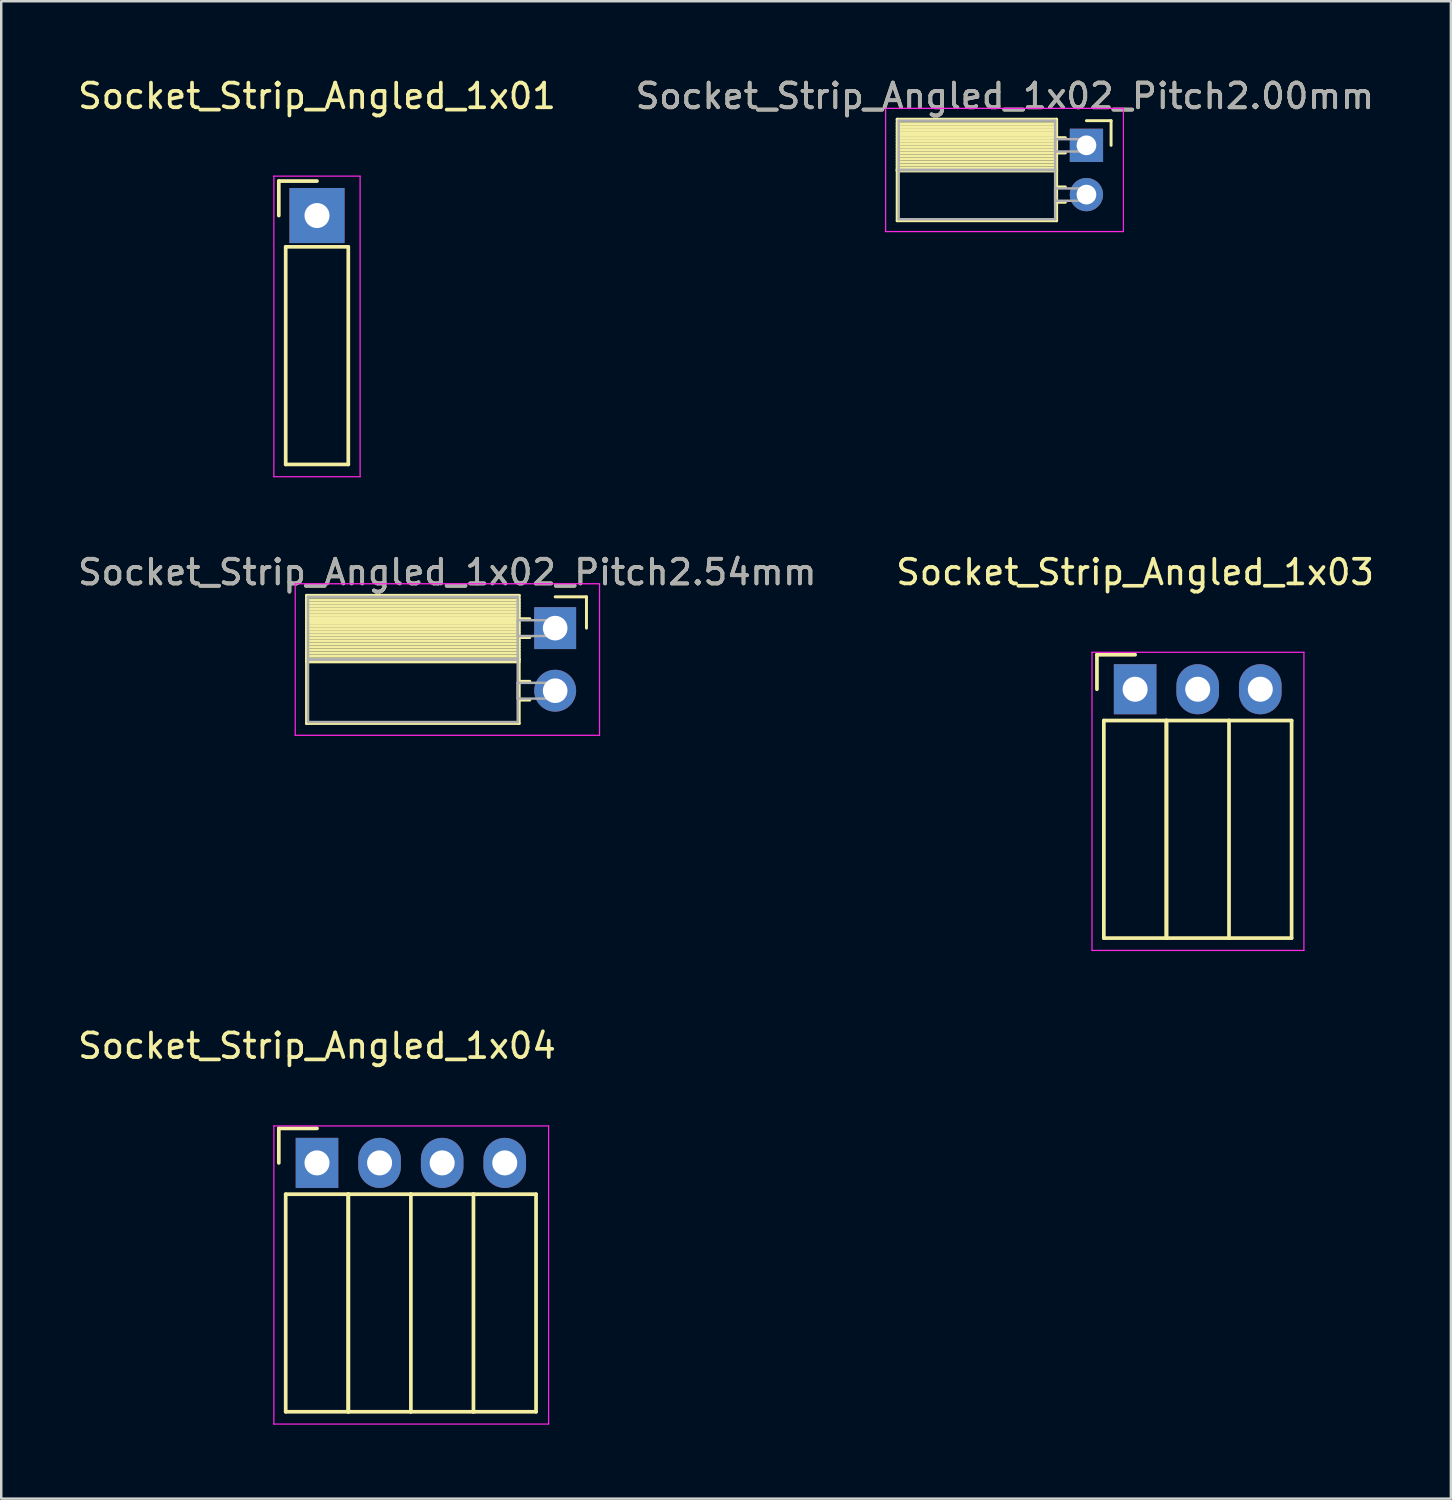
<source format=kicad_pcb>
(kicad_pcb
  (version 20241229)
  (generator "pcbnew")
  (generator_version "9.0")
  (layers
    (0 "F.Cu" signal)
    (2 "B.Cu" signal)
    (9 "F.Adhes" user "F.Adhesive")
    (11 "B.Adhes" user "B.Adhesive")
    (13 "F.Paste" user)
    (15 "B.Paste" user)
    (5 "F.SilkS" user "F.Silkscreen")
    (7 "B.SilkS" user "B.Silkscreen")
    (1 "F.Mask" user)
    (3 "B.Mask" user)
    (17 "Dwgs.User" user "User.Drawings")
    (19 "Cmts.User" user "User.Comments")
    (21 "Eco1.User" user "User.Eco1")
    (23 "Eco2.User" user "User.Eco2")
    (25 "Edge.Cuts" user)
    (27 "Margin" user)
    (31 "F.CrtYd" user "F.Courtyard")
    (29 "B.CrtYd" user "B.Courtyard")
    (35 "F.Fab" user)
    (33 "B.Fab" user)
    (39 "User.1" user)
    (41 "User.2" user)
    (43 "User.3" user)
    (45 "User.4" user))
  (footprint "Socket_Strip_Angled_1x04"
    (layer "F.Cu")
    (at 9.815 44.145)
    (property "Reference" "Socket_Strip_Angled_1x04" (at 0 -4.75 0) (layer "F.SilkS") (effects (font (size 1 1) (thickness 0.15))))
    (attr through_hole)
    (fp_line (start -1.55 -1.4) (end -1.55 0) (stroke (width 0.15) (type solid)) (layer "F.SilkS"))
    (fp_line (start -1.27 1.27) (end -1.27 10.1) (stroke (width 0.15) (type solid)) (layer "F.SilkS"))
    (fp_line (start -1.27 1.27) (end 1.27 1.27) (stroke (width 0.15) (type solid)) (layer "F.SilkS"))
    (fp_line (start -1.27 10.1) (end 1.27 10.1) (stroke (width 0.15) (type solid)) (layer "F.SilkS"))
    (fp_line (start 0 -1.4) (end -1.55 -1.4) (stroke (width 0.15) (type solid)) (layer "F.SilkS"))
    (fp_line (start 1.27 1.27) (end 1.27 10.1) (stroke (width 0.15) (type solid)) (layer "F.SilkS"))
    (fp_line (start 1.27 1.27) (end 3.81 1.27) (stroke (width 0.15) (type solid)) (layer "F.SilkS"))
    (fp_line (start 1.27 10.1) (end 1.27 1.27) (stroke (width 0.15) (type solid)) (layer "F.SilkS"))
    (fp_line (start 1.27 10.1) (end 3.81 10.1) (stroke (width 0.15) (type solid)) (layer "F.SilkS"))
    (fp_line (start 3.81 1.27) (end 6.35 1.27) (stroke (width 0.15) (type solid)) (layer "F.SilkS"))
    (fp_line (start 3.81 10.1) (end 3.81 1.27) (stroke (width 0.15) (type solid)) (layer "F.SilkS"))
    (fp_line (start 3.81 10.1) (end 6.35 10.1) (stroke (width 0.15) (type solid)) (layer "F.SilkS"))
    (fp_line (start 6.35 1.27) (end 8.89 1.27) (stroke (width 0.15) (type solid)) (layer "F.SilkS"))
    (fp_line (start 6.35 10.1) (end 6.35 1.27) (stroke (width 0.15) (type solid)) (layer "F.SilkS"))
    (fp_line (start 6.35 10.1) (end 8.89 10.1) (stroke (width 0.15) (type solid)) (layer "F.SilkS"))
    (fp_line (start 8.89 10.1) (end 8.89 1.27) (stroke (width 0.15) (type solid)) (layer "F.SilkS"))
    (fp_line (start -1.75 -1.5) (end -1.75 10.6) (stroke (width 0.05) (type solid)) (layer "F.CrtYd"))
    (fp_line (start -1.75 -1.5) (end 9.4 -1.5) (stroke (width 0.05) (type solid)) (layer "F.CrtYd"))
    (fp_line (start -1.75 10.6) (end 9.4 10.6) (stroke (width 0.05) (type solid)) (layer "F.CrtYd"))
    (fp_line (start 9.4 -1.5) (end 9.4 10.6) (stroke (width 0.05) (type solid)) (layer "F.CrtYd"))
    (pad "1" thru_hole rect (at 0 0) (size 1.727 2.032) (drill 1.016) (layers "*.Cu" "*.Mask"))
    (pad "2" thru_hole oval (at 2.54 0) (size 1.727 2.032) (drill 1.016) (layers "*.Cu" "*.Mask"))
    (pad "3" thru_hole oval (at 5.08 0) (size 1.727 2.032) (drill 1.016) (layers "*.Cu" "*.Mask"))
    (pad "4" thru_hole oval (at 7.62 0) (size 1.727 2.032) (drill 1.016) (layers "*.Cu" "*.Mask")))
  (footprint "Socket_Strip_Angled_1x02_Pitch2.00mm"
    (layer "F.Cu")
    (at 41.042 2.848)
    (property "Reference" "Socket_Strip_Angled_1x02_Pitch2.00mm" (at -3.31 -2 0) (layer "F.SilkS") (effects (font (size 1 1) (thickness 0.15))))
    (attr through_hole)
    (fp_line (start -7.68 -1.06) (end -1.21 -1.06) (stroke (width 0.12) (type solid)) (layer "F.SilkS"))
    (fp_line (start -7.68 1) (end -7.68 -1.06) (stroke (width 0.12) (type solid)) (layer "F.SilkS"))
    (fp_line (start -7.68 1) (end -1.21 1) (stroke (width 0.12) (type solid)) (layer "F.SilkS"))
    (fp_line (start -7.68 3.06) (end -7.68 1) (stroke (width 0.12) (type solid)) (layer "F.SilkS"))
    (fp_line (start -1.21 -1.06) (end -1.21 1) (stroke (width 0.12) (type solid)) (layer "F.SilkS"))
    (fp_line (start -1.21 -0.88) (end -7.68 -0.88) (stroke (width 0.12) (type solid)) (layer "F.SilkS"))
    (fp_line (start -1.21 -0.76) (end -7.68 -0.76) (stroke (width 0.12) (type solid)) (layer "F.SilkS"))
    (fp_line (start -1.21 -0.64) (end -7.68 -0.64) (stroke (width 0.12) (type solid)) (layer "F.SilkS"))
    (fp_line (start -1.21 -0.52) (end -7.68 -0.52) (stroke (width 0.12) (type solid)) (layer "F.SilkS"))
    (fp_line (start -1.21 -0.4) (end -7.68 -0.4) (stroke (width 0.12) (type solid)) (layer "F.SilkS"))
    (fp_line (start -1.21 -0.28) (end -7.68 -0.28) (stroke (width 0.12) (type solid)) (layer "F.SilkS"))
    (fp_line (start -1.21 -0.16) (end -7.68 -0.16) (stroke (width 0.12) (type solid)) (layer "F.SilkS"))
    (fp_line (start -1.21 -0.04) (end -7.68 -0.04) (stroke (width 0.12) (type solid)) (layer "F.SilkS"))
    (fp_line (start -1.21 0.08) (end -7.68 0.08) (stroke (width 0.12) (type solid)) (layer "F.SilkS"))
    (fp_line (start -1.21 0.2) (end -7.68 0.2) (stroke (width 0.12) (type solid)) (layer "F.SilkS"))
    (fp_line (start -1.21 0.32) (end -7.68 0.32) (stroke (width 0.12) (type solid)) (layer "F.SilkS"))
    (fp_line (start -1.21 0.44) (end -7.68 0.44) (stroke (width 0.12) (type solid)) (layer "F.SilkS"))
    (fp_line (start -1.21 0.56) (end -7.68 0.56) (stroke (width 0.12) (type solid)) (layer "F.SilkS"))
    (fp_line (start -1.21 0.68) (end -7.68 0.68) (stroke (width 0.12) (type solid)) (layer "F.SilkS"))
    (fp_line (start -1.21 0.8) (end -7.68 0.8) (stroke (width 0.12) (type solid)) (layer "F.SilkS"))
    (fp_line (start -1.21 0.92) (end -7.68 0.92) (stroke (width 0.12) (type solid)) (layer "F.SilkS"))
    (fp_line (start -1.21 1) (end -7.68 1) (stroke (width 0.12) (type solid)) (layer "F.SilkS"))
    (fp_line (start -1.21 1) (end -1.21 3.06) (stroke (width 0.12) (type solid)) (layer "F.SilkS"))
    (fp_line (start -1.21 1.04) (end -7.68 1.04) (stroke (width 0.12) (type solid)) (layer "F.SilkS"))
    (fp_line (start -1.21 3.06) (end -7.68 3.06) (stroke (width 0.12) (type solid)) (layer "F.SilkS"))
    (fp_line (start -0.855 -0.31) (end -1.21 -0.31) (stroke (width 0.12) (type solid)) (layer "F.SilkS"))
    (fp_line (start -0.855 0.31) (end -1.21 0.31) (stroke (width 0.12) (type solid)) (layer "F.SilkS"))
    (fp_line (start -0.855 1.69) (end -1.21 1.69) (stroke (width 0.12) (type solid)) (layer "F.SilkS"))
    (fp_line (start -0.855 2.31) (end -1.21 2.31) (stroke (width 0.12) (type solid)) (layer "F.SilkS"))
    (fp_line (start 0 -1) (end 1 -1) (stroke (width 0.12) (type solid)) (layer "F.SilkS"))
    (fp_line (start 1 -1) (end 1 0) (stroke (width 0.12) (type solid)) (layer "F.SilkS"))
    (fp_line (start -8.15 -1.5) (end 1.5 -1.5) (stroke (width 0.05) (type solid)) (layer "F.CrtYd"))
    (fp_line (start -8.15 3.5) (end -8.15 -1.5) (stroke (width 0.05) (type solid)) (layer "F.CrtYd"))
    (fp_line (start 1.5 -1.5) (end 1.5 3.5) (stroke (width 0.05) (type solid)) (layer "F.CrtYd"))
    (fp_line (start 1.5 3.5) (end -8.15 3.5) (stroke (width 0.05) (type solid)) (layer "F.CrtYd"))
    (fp_line (start -7.62 -1) (end -1.27 -1) (stroke (width 0.1) (type solid)) (layer "F.Fab"))
    (fp_line (start -7.62 1) (end -7.62 -1) (stroke (width 0.1) (type solid)) (layer "F.Fab"))
    (fp_line (start -7.62 1) (end -1.27 1) (stroke (width 0.1) (type solid)) (layer "F.Fab"))
    (fp_line (start -7.62 3) (end -7.62 1) (stroke (width 0.1) (type solid)) (layer "F.Fab"))
    (fp_line (start -1.27 -1) (end -1.27 1) (stroke (width 0.1) (type solid)) (layer "F.Fab"))
    (fp_line (start -1.27 -0.25) (end 0 -0.25) (stroke (width 0.1) (type solid)) (layer "F.Fab"))
    (fp_line (start -1.27 0.25) (end -1.27 -0.25) (stroke (width 0.1) (type solid)) (layer "F.Fab"))
    (fp_line (start -1.27 1) (end -7.62 1) (stroke (width 0.1) (type solid)) (layer "F.Fab"))
    (fp_line (start -1.27 1) (end -1.27 3) (stroke (width 0.1) (type solid)) (layer "F.Fab"))
    (fp_line (start -1.27 1.75) (end 0 1.75) (stroke (width 0.1) (type solid)) (layer "F.Fab"))
    (fp_line (start -1.27 2.25) (end -1.27 1.75) (stroke (width 0.1) (type solid)) (layer "F.Fab"))
    (fp_line (start -1.27 3) (end -7.62 3) (stroke (width 0.1) (type solid)) (layer "F.Fab"))
    (fp_line (start 0 -0.25) (end 0 0.25) (stroke (width 0.1) (type solid)) (layer "F.Fab"))
    (fp_line (start 0 0.25) (end -1.27 0.25) (stroke (width 0.1) (type solid)) (layer "F.Fab"))
    (fp_line (start 0 1.75) (end 0 2.25) (stroke (width 0.1) (type solid)) (layer "F.Fab"))
    (fp_line (start 0 2.25) (end -1.27 2.25) (stroke (width 0.1) (type solid)) (layer "F.Fab"))
    (fp_text user "${REFERENCE}" (at -3.31 -2 0) (layer "F.Fab") (effects (font (size 1 1) (thickness 0.15))))
    (pad "1" thru_hole rect (at 0 0) (size 1.35 1.35) (drill 0.8) (layers "*.Cu" "*.Mask"))
    (pad "2" thru_hole oval (at 0 2) (size 1.35 1.35) (drill 0.8) (layers "*.Cu" "*.Mask")))
  (footprint "Socket_Strip_Angled_1x01"
    (layer "F.Cu")
    (at 9.815 5.698)
    (property "Reference" "Socket_Strip_Angled_1x01" (at 0 -4.85 0) (layer "F.SilkS") (effects (font (size 1 1) (thickness 0.15))))
    (attr through_hole)
    (fp_line (start -1.55 -1.4) (end -1.55 0) (stroke (width 0.15) (type solid)) (layer "F.SilkS"))
    (fp_line (start -1.27 10.1) (end -1.27 1.27) (stroke (width 0.15) (type solid)) (layer "F.SilkS"))
    (fp_line (start 0 -1.4) (end -1.55 -1.4) (stroke (width 0.15) (type solid)) (layer "F.SilkS"))
    (fp_line (start 1.27 1.27) (end -1.27 1.27) (stroke (width 0.15) (type solid)) (layer "F.SilkS"))
    (fp_line (start 1.27 1.27) (end 1.27 10.1) (stroke (width 0.15) (type solid)) (layer "F.SilkS"))
    (fp_line (start 1.27 10.1) (end -1.27 10.1) (stroke (width 0.15) (type solid)) (layer "F.SilkS"))
    (fp_line (start -1.75 -1.6) (end -1.75 10.6) (stroke (width 0.05) (type solid)) (layer "F.CrtYd"))
    (fp_line (start -1.75 -1.6) (end 1.75 -1.6) (stroke (width 0.05) (type solid)) (layer "F.CrtYd"))
    (fp_line (start -1.75 10.6) (end 1.75 10.6) (stroke (width 0.05) (type solid)) (layer "F.CrtYd"))
    (fp_line (start 1.75 -1.6) (end 1.75 10.6) (stroke (width 0.05) (type solid)) (layer "F.CrtYd"))
    (pad "1" thru_hole rect (at 0 0) (size 2.235 2.235) (drill 1.016) (layers "*.Cu" "*.Mask")))
  (footprint "Socket_Strip_Angled_1x03"
    (layer "F.Cu")
    (at 43.018 24.922)
    (property "Reference" "Socket_Strip_Angled_1x03" (at 0 -4.75 0) (layer "F.SilkS") (effects (font (size 1 1) (thickness 0.15))))
    (attr through_hole)
    (fp_line (start -1.55 -1.4) (end -1.55 0) (stroke (width 0.15) (type solid)) (layer "F.SilkS"))
    (fp_line (start -1.27 1.27) (end -1.27 10.1) (stroke (width 0.15) (type solid)) (layer "F.SilkS"))
    (fp_line (start -1.27 1.27) (end 1.27 1.27) (stroke (width 0.15) (type solid)) (layer "F.SilkS"))
    (fp_line (start -1.27 10.1) (end 1.27 10.1) (stroke (width 0.15) (type solid)) (layer "F.SilkS"))
    (fp_line (start 0 -1.4) (end -1.55 -1.4) (stroke (width 0.15) (type solid)) (layer "F.SilkS"))
    (fp_line (start 1.27 1.27) (end 1.27 10.1) (stroke (width 0.15) (type solid)) (layer "F.SilkS"))
    (fp_line (start 1.27 1.27) (end 3.81 1.27) (stroke (width 0.15) (type solid)) (layer "F.SilkS"))
    (fp_line (start 1.27 10.1) (end 1.27 1.27) (stroke (width 0.15) (type solid)) (layer "F.SilkS"))
    (fp_line (start 1.27 10.1) (end 3.81 10.1) (stroke (width 0.15) (type solid)) (layer "F.SilkS"))
    (fp_line (start 3.81 1.27) (end 6.35 1.27) (stroke (width 0.15) (type solid)) (layer "F.SilkS"))
    (fp_line (start 3.81 10.1) (end 3.81 1.27) (stroke (width 0.15) (type solid)) (layer "F.SilkS"))
    (fp_line (start 3.81 10.1) (end 6.35 10.1) (stroke (width 0.15) (type solid)) (layer "F.SilkS"))
    (fp_line (start 6.35 10.1) (end 6.35 1.27) (stroke (width 0.15) (type solid)) (layer "F.SilkS"))
    (fp_line (start -1.75 -1.5) (end -1.75 10.6) (stroke (width 0.05) (type solid)) (layer "F.CrtYd"))
    (fp_line (start -1.75 -1.5) (end 6.85 -1.5) (stroke (width 0.05) (type solid)) (layer "F.CrtYd"))
    (fp_line (start -1.75 10.6) (end 6.85 10.6) (stroke (width 0.05) (type solid)) (layer "F.CrtYd"))
    (fp_line (start 6.85 -1.5) (end 6.85 10.6) (stroke (width 0.05) (type solid)) (layer "F.CrtYd"))
    (pad "1" thru_hole rect (at 0 0) (size 1.727 2.032) (drill 1.016) (layers "*.Cu" "*.Mask"))
    (pad "2" thru_hole oval (at 2.54 0) (size 1.727 2.032) (drill 1.016) (layers "*.Cu" "*.Mask"))
    (pad "3" thru_hole oval (at 5.08 0) (size 1.727 2.032) (drill 1.016) (layers "*.Cu" "*.Mask")))
  (footprint "Socket_Strip_Angled_1x02_Pitch2.54mm"
    (layer "F.Cu")
    (at 19.481 22.442)
    (property "Reference" "Socket_Strip_Angled_1x02_Pitch2.54mm" (at -4.38 -2.27 0) (layer "F.SilkS") (effects (font (size 1 1) (thickness 0.15))))
    (attr through_hole)
    (fp_line (start -10.09 -1.33) (end -1.46 -1.33) (stroke (width 0.12) (type solid)) (layer "F.SilkS"))
    (fp_line (start -10.09 1.27) (end -10.09 -1.33) (stroke (width 0.12) (type solid)) (layer "F.SilkS"))
    (fp_line (start -10.09 1.27) (end -1.46 1.27) (stroke (width 0.12) (type solid)) (layer "F.SilkS"))
    (fp_line (start -10.09 3.87) (end -10.09 1.27) (stroke (width 0.12) (type solid)) (layer "F.SilkS"))
    (fp_line (start -1.46 -1.33) (end -1.46 1.27) (stroke (width 0.12) (type solid)) (layer "F.SilkS"))
    (fp_line (start -1.46 -1.15) (end -10.09 -1.15) (stroke (width 0.12) (type solid)) (layer "F.SilkS"))
    (fp_line (start -1.46 -1.03) (end -10.09 -1.03) (stroke (width 0.12) (type solid)) (layer "F.SilkS"))
    (fp_line (start -1.46 -0.91) (end -10.09 -0.91) (stroke (width 0.12) (type solid)) (layer "F.SilkS"))
    (fp_line (start -1.46 -0.79) (end -10.09 -0.79) (stroke (width 0.12) (type solid)) (layer "F.SilkS"))
    (fp_line (start -1.46 -0.67) (end -10.09 -0.67) (stroke (width 0.12) (type solid)) (layer "F.SilkS"))
    (fp_line (start -1.46 -0.55) (end -10.09 -0.55) (stroke (width 0.12) (type solid)) (layer "F.SilkS"))
    (fp_line (start -1.46 -0.43) (end -10.09 -0.43) (stroke (width 0.12) (type solid)) (layer "F.SilkS"))
    (fp_line (start -1.46 -0.31) (end -10.09 -0.31) (stroke (width 0.12) (type solid)) (layer "F.SilkS"))
    (fp_line (start -1.46 -0.19) (end -10.09 -0.19) (stroke (width 0.12) (type solid)) (layer "F.SilkS"))
    (fp_line (start -1.46 -0.07) (end -10.09 -0.07) (stroke (width 0.12) (type solid)) (layer "F.SilkS"))
    (fp_line (start -1.46 0.05) (end -10.09 0.05) (stroke (width 0.12) (type solid)) (layer "F.SilkS"))
    (fp_line (start -1.46 0.17) (end -10.09 0.17) (stroke (width 0.12) (type solid)) (layer "F.SilkS"))
    (fp_line (start -1.46 0.29) (end -10.09 0.29) (stroke (width 0.12) (type solid)) (layer "F.SilkS"))
    (fp_line (start -1.46 0.41) (end -10.09 0.41) (stroke (width 0.12) (type solid)) (layer "F.SilkS"))
    (fp_line (start -1.46 0.53) (end -10.09 0.53) (stroke (width 0.12) (type solid)) (layer "F.SilkS"))
    (fp_line (start -1.46 0.65) (end -10.09 0.65) (stroke (width 0.12) (type solid)) (layer "F.SilkS"))
    (fp_line (start -1.46 0.77) (end -10.09 0.77) (stroke (width 0.12) (type solid)) (layer "F.SilkS"))
    (fp_line (start -1.46 0.89) (end -10.09 0.89) (stroke (width 0.12) (type solid)) (layer "F.SilkS"))
    (fp_line (start -1.46 1.01) (end -10.09 1.01) (stroke (width 0.12) (type solid)) (layer "F.SilkS"))
    (fp_line (start -1.46 1.13) (end -10.09 1.13) (stroke (width 0.12) (type solid)) (layer "F.SilkS"))
    (fp_line (start -1.46 1.25) (end -10.09 1.25) (stroke (width 0.12) (type solid)) (layer "F.SilkS"))
    (fp_line (start -1.46 1.27) (end -10.09 1.27) (stroke (width 0.12) (type solid)) (layer "F.SilkS"))
    (fp_line (start -1.46 1.27) (end -1.46 3.87) (stroke (width 0.12) (type solid)) (layer "F.SilkS"))
    (fp_line (start -1.46 1.37) (end -10.09 1.37) (stroke (width 0.12) (type solid)) (layer "F.SilkS"))
    (fp_line (start -1.46 3.87) (end -10.09 3.87) (stroke (width 0.12) (type solid)) (layer "F.SilkS"))
    (fp_line (start -1.03 -0.38) (end -1.46 -0.38) (stroke (width 0.12) (type solid)) (layer "F.SilkS"))
    (fp_line (start -1.03 0.38) (end -1.46 0.38) (stroke (width 0.12) (type solid)) (layer "F.SilkS"))
    (fp_line (start -1.03 2.16) (end -1.46 2.16) (stroke (width 0.12) (type solid)) (layer "F.SilkS"))
    (fp_line (start -1.03 2.92) (end -1.46 2.92) (stroke (width 0.12) (type solid)) (layer "F.SilkS"))
    (fp_line (start 0 -1.27) (end 1.27 -1.27) (stroke (width 0.12) (type solid)) (layer "F.SilkS"))
    (fp_line (start 1.27 -1.27) (end 1.27 0) (stroke (width 0.12) (type solid)) (layer "F.SilkS"))
    (fp_line (start -10.55 -1.8) (end 1.8 -1.8) (stroke (width 0.05) (type solid)) (layer "F.CrtYd"))
    (fp_line (start -10.55 4.35) (end -10.55 -1.8) (stroke (width 0.05) (type solid)) (layer "F.CrtYd"))
    (fp_line (start 1.8 -1.8) (end 1.8 4.35) (stroke (width 0.05) (type solid)) (layer "F.CrtYd"))
    (fp_line (start 1.8 4.35) (end -10.55 4.35) (stroke (width 0.05) (type solid)) (layer "F.CrtYd"))
    (fp_line (start -10.03 -1.27) (end -1.52 -1.27) (stroke (width 0.1) (type solid)) (layer "F.Fab"))
    (fp_line (start -10.03 1.27) (end -10.03 -1.27) (stroke (width 0.1) (type solid)) (layer "F.Fab"))
    (fp_line (start -10.03 1.27) (end -1.52 1.27) (stroke (width 0.1) (type solid)) (layer "F.Fab"))
    (fp_line (start -10.03 3.81) (end -10.03 1.27) (stroke (width 0.1) (type solid)) (layer "F.Fab"))
    (fp_line (start -1.52 -1.27) (end -1.52 1.27) (stroke (width 0.1) (type solid)) (layer "F.Fab"))
    (fp_line (start -1.52 -0.32) (end 0 -0.32) (stroke (width 0.1) (type solid)) (layer "F.Fab"))
    (fp_line (start -1.52 0.32) (end -1.52 -0.32) (stroke (width 0.1) (type solid)) (layer "F.Fab"))
    (fp_line (start -1.52 1.27) (end -10.03 1.27) (stroke (width 0.1) (type solid)) (layer "F.Fab"))
    (fp_line (start -1.52 1.27) (end -1.52 3.81) (stroke (width 0.1) (type solid)) (layer "F.Fab"))
    (fp_line (start -1.52 2.22) (end 0 2.22) (stroke (width 0.1) (type solid)) (layer "F.Fab"))
    (fp_line (start -1.52 2.86) (end -1.52 2.22) (stroke (width 0.1) (type solid)) (layer "F.Fab"))
    (fp_line (start -1.52 3.81) (end -10.03 3.81) (stroke (width 0.1) (type solid)) (layer "F.Fab"))
    (fp_line (start 0 -0.32) (end 0 0.32) (stroke (width 0.1) (type solid)) (layer "F.Fab"))
    (fp_line (start 0 0.32) (end -1.52 0.32) (stroke (width 0.1) (type solid)) (layer "F.Fab"))
    (fp_line (start 0 2.22) (end 0 2.86) (stroke (width 0.1) (type solid)) (layer "F.Fab"))
    (fp_line (start 0 2.86) (end -1.52 2.86) (stroke (width 0.1) (type solid)) (layer "F.Fab"))
    (fp_text user "${REFERENCE}" (at -4.38 -2.27 0) (layer "F.Fab") (effects (font (size 1 1) (thickness 0.15))))
    (pad "1" thru_hole rect (at 0 0) (size 1.7 1.7) (drill 1) (layers "*.Cu" "*.Mask"))
    (pad "2" thru_hole oval (at 0 2.54) (size 1.7 1.7) (drill 1) (layers "*.Cu" "*.Mask")))
  (gr_rect
    (start -3 -3)
    (end 55.833 57.77)
    (stroke (width 0.1) (type default))
    (fill no)
    (layer "Edge.Cuts")))
</source>
